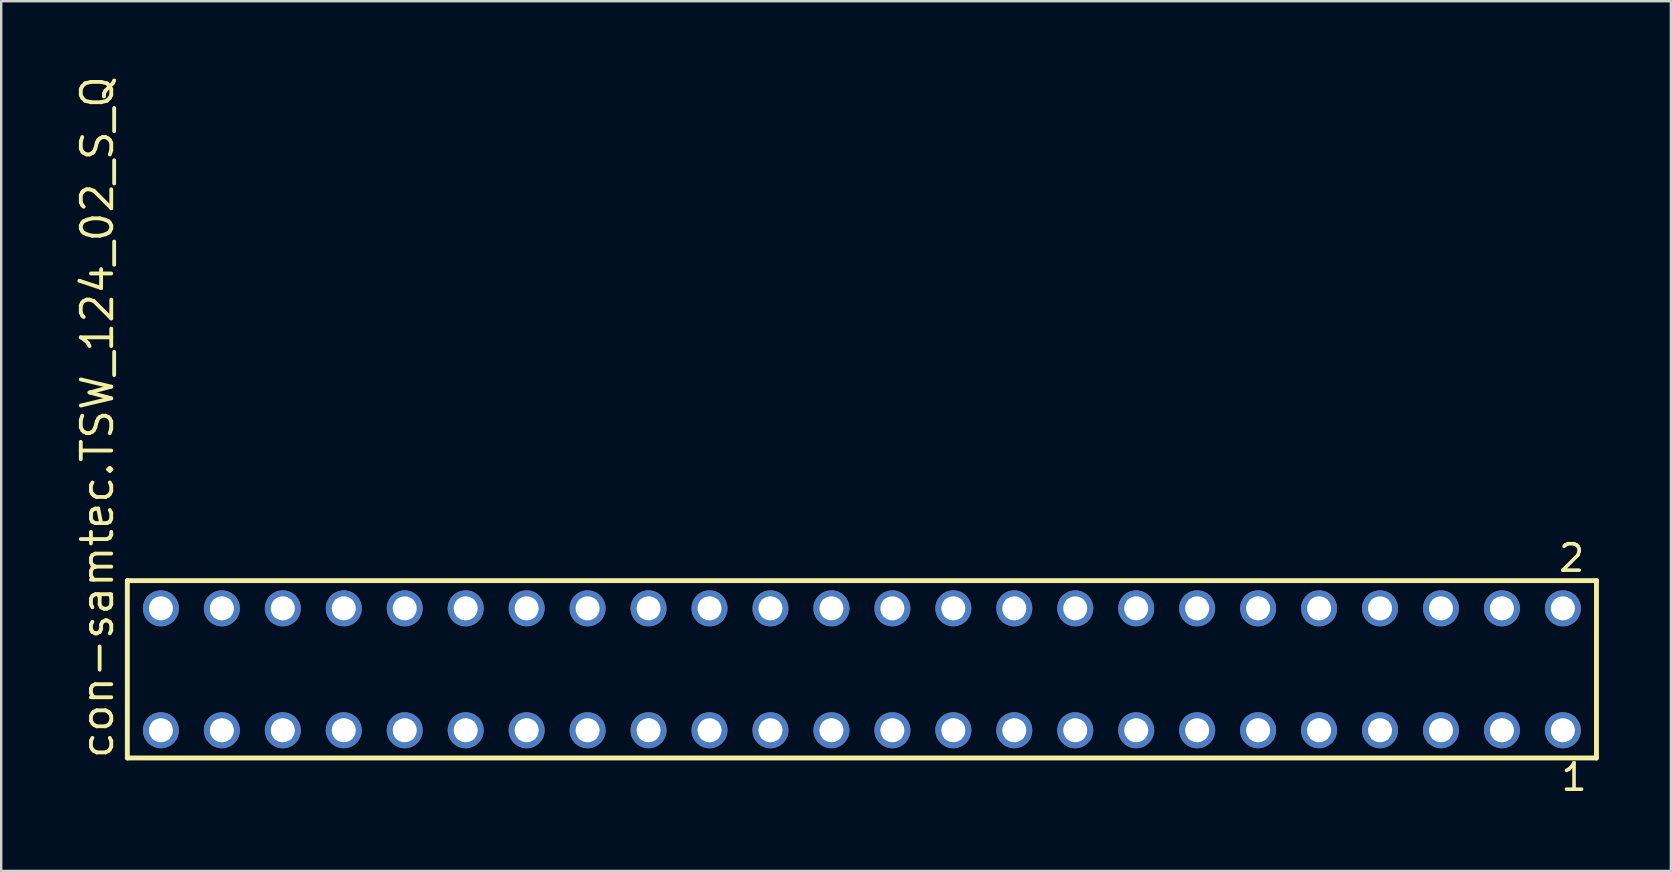
<source format=kicad_pcb>
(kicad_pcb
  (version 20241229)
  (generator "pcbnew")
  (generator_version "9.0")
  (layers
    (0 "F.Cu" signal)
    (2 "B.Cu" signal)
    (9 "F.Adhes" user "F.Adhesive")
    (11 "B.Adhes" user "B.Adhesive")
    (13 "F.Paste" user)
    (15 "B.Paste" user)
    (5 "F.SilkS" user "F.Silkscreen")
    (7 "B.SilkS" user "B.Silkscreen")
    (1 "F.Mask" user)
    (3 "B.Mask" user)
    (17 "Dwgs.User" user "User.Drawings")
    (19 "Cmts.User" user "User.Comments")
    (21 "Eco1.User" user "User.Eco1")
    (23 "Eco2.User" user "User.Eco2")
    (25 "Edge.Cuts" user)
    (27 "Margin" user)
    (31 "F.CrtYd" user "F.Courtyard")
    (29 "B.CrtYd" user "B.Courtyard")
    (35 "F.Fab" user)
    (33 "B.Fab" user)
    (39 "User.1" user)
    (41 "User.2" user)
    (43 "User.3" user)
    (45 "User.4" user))
  (footprint "con-samtec.TSW_124_02_S_Q"
    (layer "F.Cu")
    (at 32.865 24.84)
    (property "Reference" "con-samtec.TSW_124_02_S_Q" (at -31.115 3.81 90) (layer "F.SilkS") (effects (font (size 1.27 1.27) (thickness 0.16)) (justify left bottom)))
    (attr through_hole)
    (fp_line (start -30.609 -3.695) (end 30.609 -3.695) (stroke (width 0.203) (type default)) (layer "F.SilkS"))
    (fp_line (start -30.609 3.695) (end -30.609 -3.695) (stroke (width 0.203) (type default)) (layer "F.SilkS"))
    (fp_line (start 30.609 -3.695) (end 30.609 3.695) (stroke (width 0.203) (type default)) (layer "F.SilkS"))
    (fp_line (start 30.609 3.695) (end -30.609 3.695) (stroke (width 0.203) (type default)) (layer "F.SilkS"))
    (fp_rect (start -29.56 -2.19) (end -28.86 -2.89) (stroke (width 0.05) (type default)) (fill no) (layer "F.Fab"))
    (fp_rect (start -29.56 2.89) (end -28.86 2.19) (stroke (width 0.05) (type default)) (fill no) (layer "F.Fab"))
    (fp_rect (start -27.02 -2.19) (end -26.32 -2.89) (stroke (width 0.05) (type default)) (fill no) (layer "F.Fab"))
    (fp_rect (start -27.02 2.89) (end -26.32 2.19) (stroke (width 0.05) (type default)) (fill no) (layer "F.Fab"))
    (fp_rect (start -24.48 -2.19) (end -23.78 -2.89) (stroke (width 0.05) (type default)) (fill no) (layer "F.Fab"))
    (fp_rect (start -24.48 2.89) (end -23.78 2.19) (stroke (width 0.05) (type default)) (fill no) (layer "F.Fab"))
    (fp_rect (start -21.94 -2.19) (end -21.24 -2.89) (stroke (width 0.05) (type default)) (fill no) (layer "F.Fab"))
    (fp_rect (start -21.94 2.89) (end -21.24 2.19) (stroke (width 0.05) (type default)) (fill no) (layer "F.Fab"))
    (fp_rect (start -19.4 -2.19) (end -18.7 -2.89) (stroke (width 0.05) (type default)) (fill no) (layer "F.Fab"))
    (fp_rect (start -19.4 2.89) (end -18.7 2.19) (stroke (width 0.05) (type default)) (fill no) (layer "F.Fab"))
    (fp_rect (start -16.86 -2.19) (end -16.16 -2.89) (stroke (width 0.05) (type default)) (fill no) (layer "F.Fab"))
    (fp_rect (start -16.86 2.89) (end -16.16 2.19) (stroke (width 0.05) (type default)) (fill no) (layer "F.Fab"))
    (fp_rect (start -14.32 -2.19) (end -13.62 -2.89) (stroke (width 0.05) (type default)) (fill no) (layer "F.Fab"))
    (fp_rect (start -14.32 2.89) (end -13.62 2.19) (stroke (width 0.05) (type default)) (fill no) (layer "F.Fab"))
    (fp_rect (start -11.78 -2.19) (end -11.08 -2.89) (stroke (width 0.05) (type default)) (fill no) (layer "F.Fab"))
    (fp_rect (start -11.78 2.89) (end -11.08 2.19) (stroke (width 0.05) (type default)) (fill no) (layer "F.Fab"))
    (fp_rect (start -9.24 -2.19) (end -8.54 -2.89) (stroke (width 0.05) (type default)) (fill no) (layer "F.Fab"))
    (fp_rect (start -9.24 2.89) (end -8.54 2.19) (stroke (width 0.05) (type default)) (fill no) (layer "F.Fab"))
    (fp_rect (start -6.7 -2.19) (end -6 -2.89) (stroke (width 0.05) (type default)) (fill no) (layer "F.Fab"))
    (fp_rect (start -6.7 2.89) (end -6 2.19) (stroke (width 0.05) (type default)) (fill no) (layer "F.Fab"))
    (fp_rect (start -4.16 -2.19) (end -3.46 -2.89) (stroke (width 0.05) (type default)) (fill no) (layer "F.Fab"))
    (fp_rect (start -4.16 2.89) (end -3.46 2.19) (stroke (width 0.05) (type default)) (fill no) (layer "F.Fab"))
    (fp_rect (start -1.62 -2.19) (end -0.92 -2.89) (stroke (width 0.05) (type default)) (fill no) (layer "F.Fab"))
    (fp_rect (start -1.62 2.89) (end -0.92 2.19) (stroke (width 0.05) (type default)) (fill no) (layer "F.Fab"))
    (fp_rect (start 0.92 -2.19) (end 1.62 -2.89) (stroke (width 0.05) (type default)) (fill no) (layer "F.Fab"))
    (fp_rect (start 0.92 2.89) (end 1.62 2.19) (stroke (width 0.05) (type default)) (fill no) (layer "F.Fab"))
    (fp_rect (start 3.46 -2.19) (end 4.16 -2.89) (stroke (width 0.05) (type default)) (fill no) (layer "F.Fab"))
    (fp_rect (start 3.46 2.89) (end 4.16 2.19) (stroke (width 0.05) (type default)) (fill no) (layer "F.Fab"))
    (fp_rect (start 6 -2.19) (end 6.7 -2.89) (stroke (width 0.05) (type default)) (fill no) (layer "F.Fab"))
    (fp_rect (start 6 2.89) (end 6.7 2.19) (stroke (width 0.05) (type default)) (fill no) (layer "F.Fab"))
    (fp_rect (start 8.54 -2.19) (end 9.24 -2.89) (stroke (width 0.05) (type default)) (fill no) (layer "F.Fab"))
    (fp_rect (start 8.54 2.89) (end 9.24 2.19) (stroke (width 0.05) (type default)) (fill no) (layer "F.Fab"))
    (fp_rect (start 11.08 -2.19) (end 11.78 -2.89) (stroke (width 0.05) (type default)) (fill no) (layer "F.Fab"))
    (fp_rect (start 11.08 2.89) (end 11.78 2.19) (stroke (width 0.05) (type default)) (fill no) (layer "F.Fab"))
    (fp_rect (start 13.62 -2.19) (end 14.32 -2.89) (stroke (width 0.05) (type default)) (fill no) (layer "F.Fab"))
    (fp_rect (start 13.62 2.89) (end 14.32 2.19) (stroke (width 0.05) (type default)) (fill no) (layer "F.Fab"))
    (fp_rect (start 16.16 -2.19) (end 16.86 -2.89) (stroke (width 0.05) (type default)) (fill no) (layer "F.Fab"))
    (fp_rect (start 16.16 2.89) (end 16.86 2.19) (stroke (width 0.05) (type default)) (fill no) (layer "F.Fab"))
    (fp_rect (start 18.7 -2.19) (end 19.4 -2.89) (stroke (width 0.05) (type default)) (fill no) (layer "F.Fab"))
    (fp_rect (start 18.7 2.89) (end 19.4 2.19) (stroke (width 0.05) (type default)) (fill no) (layer "F.Fab"))
    (fp_rect (start 21.24 -2.19) (end 21.94 -2.89) (stroke (width 0.05) (type default)) (fill no) (layer "F.Fab"))
    (fp_rect (start 21.24 2.89) (end 21.94 2.19) (stroke (width 0.05) (type default)) (fill no) (layer "F.Fab"))
    (fp_rect (start 23.78 -2.19) (end 24.48 -2.89) (stroke (width 0.05) (type default)) (fill no) (layer "F.Fab"))
    (fp_rect (start 23.78 2.89) (end 24.48 2.19) (stroke (width 0.05) (type default)) (fill no) (layer "F.Fab"))
    (fp_rect (start 26.32 -2.19) (end 27.02 -2.89) (stroke (width 0.05) (type default)) (fill no) (layer "F.Fab"))
    (fp_rect (start 26.32 2.89) (end 27.02 2.19) (stroke (width 0.05) (type default)) (fill no) (layer "F.Fab"))
    (fp_rect (start 28.86 -2.19) (end 29.56 -2.89) (stroke (width 0.05) (type default)) (fill no) (layer "F.Fab"))
    (fp_rect (start 28.86 2.89) (end 29.56 2.19) (stroke (width 0.05) (type default)) (fill no) (layer "F.Fab"))
    (fp_text user "2" (at 28.952 -3.989 0) (layer "F.SilkS") (effects (font (size 1.1 1.1) (thickness 0.15)) (justify left bottom)))
    (fp_text user "1" (at 29.052 5.138 0) (layer "F.SilkS") (effects (font (size 1.1 1.1) (thickness 0.15)) (justify left bottom)))
    (pad "1" thru_hole circle (at 29.21 2.54 180) (size 1.5 1.5) (drill 1) (layers "*.Cu" "*.Mask"))
    (pad "2" thru_hole circle (at 29.21 -2.54 180) (size 1.5 1.5) (drill 1) (layers "*.Cu" "*.Mask"))
    (pad "3" thru_hole circle (at 26.67 2.54 180) (size 1.5 1.5) (drill 1) (layers "*.Cu" "*.Mask"))
    (pad "4" thru_hole circle (at 26.67 -2.54 180) (size 1.5 1.5) (drill 1) (layers "*.Cu" "*.Mask"))
    (pad "5" thru_hole circle (at 24.13 2.54 180) (size 1.5 1.5) (drill 1) (layers "*.Cu" "*.Mask"))
    (pad "6" thru_hole circle (at 24.13 -2.54 180) (size 1.5 1.5) (drill 1) (layers "*.Cu" "*.Mask"))
    (pad "7" thru_hole circle (at 21.59 2.54 180) (size 1.5 1.5) (drill 1) (layers "*.Cu" "*.Mask"))
    (pad "8" thru_hole circle (at 21.59 -2.54 180) (size 1.5 1.5) (drill 1) (layers "*.Cu" "*.Mask"))
    (pad "9" thru_hole circle (at 19.05 2.54 180) (size 1.5 1.5) (drill 1) (layers "*.Cu" "*.Mask"))
    (pad "10" thru_hole circle (at 19.05 -2.54 180) (size 1.5 1.5) (drill 1) (layers "*.Cu" "*.Mask"))
    (pad "11" thru_hole circle (at 16.51 2.54 180) (size 1.5 1.5) (drill 1) (layers "*.Cu" "*.Mask"))
    (pad "12" thru_hole circle (at 16.51 -2.54 180) (size 1.5 1.5) (drill 1) (layers "*.Cu" "*.Mask"))
    (pad "13" thru_hole circle (at 13.97 2.54 180) (size 1.5 1.5) (drill 1) (layers "*.Cu" "*.Mask"))
    (pad "14" thru_hole circle (at 13.97 -2.54 180) (size 1.5 1.5) (drill 1) (layers "*.Cu" "*.Mask"))
    (pad "15" thru_hole circle (at 11.43 2.54 180) (size 1.5 1.5) (drill 1) (layers "*.Cu" "*.Mask"))
    (pad "16" thru_hole circle (at 11.43 -2.54 180) (size 1.5 1.5) (drill 1) (layers "*.Cu" "*.Mask"))
    (pad "17" thru_hole circle (at 8.89 2.54 180) (size 1.5 1.5) (drill 1) (layers "*.Cu" "*.Mask"))
    (pad "18" thru_hole circle (at 8.89 -2.54 180) (size 1.5 1.5) (drill 1) (layers "*.Cu" "*.Mask"))
    (pad "19" thru_hole circle (at 6.35 2.54 180) (size 1.5 1.5) (drill 1) (layers "*.Cu" "*.Mask"))
    (pad "20" thru_hole circle (at 6.35 -2.54 180) (size 1.5 1.5) (drill 1) (layers "*.Cu" "*.Mask"))
    (pad "21" thru_hole circle (at 3.81 2.54 180) (size 1.5 1.5) (drill 1) (layers "*.Cu" "*.Mask"))
    (pad "22" thru_hole circle (at 3.81 -2.54 180) (size 1.5 1.5) (drill 1) (layers "*.Cu" "*.Mask"))
    (pad "23" thru_hole circle (at 1.27 2.54 180) (size 1.5 1.5) (drill 1) (layers "*.Cu" "*.Mask"))
    (pad "24" thru_hole circle (at 1.27 -2.54 180) (size 1.5 1.5) (drill 1) (layers "*.Cu" "*.Mask"))
    (pad "25" thru_hole circle (at -1.27 2.54 180) (size 1.5 1.5) (drill 1) (layers "*.Cu" "*.Mask"))
    (pad "26" thru_hole circle (at -1.27 -2.54 180) (size 1.5 1.5) (drill 1) (layers "*.Cu" "*.Mask"))
    (pad "27" thru_hole circle (at -3.81 2.54 180) (size 1.5 1.5) (drill 1) (layers "*.Cu" "*.Mask"))
    (pad "28" thru_hole circle (at -3.81 -2.54 180) (size 1.5 1.5) (drill 1) (layers "*.Cu" "*.Mask"))
    (pad "29" thru_hole circle (at -6.35 2.54 180) (size 1.5 1.5) (drill 1) (layers "*.Cu" "*.Mask"))
    (pad "30" thru_hole circle (at -6.35 -2.54 180) (size 1.5 1.5) (drill 1) (layers "*.Cu" "*.Mask"))
    (pad "31" thru_hole circle (at -8.89 2.54 180) (size 1.5 1.5) (drill 1) (layers "*.Cu" "*.Mask"))
    (pad "32" thru_hole circle (at -8.89 -2.54 180) (size 1.5 1.5) (drill 1) (layers "*.Cu" "*.Mask"))
    (pad "33" thru_hole circle (at -11.43 2.54 180) (size 1.5 1.5) (drill 1) (layers "*.Cu" "*.Mask"))
    (pad "34" thru_hole circle (at -11.43 -2.54 180) (size 1.5 1.5) (drill 1) (layers "*.Cu" "*.Mask"))
    (pad "35" thru_hole circle (at -13.97 2.54 180) (size 1.5 1.5) (drill 1) (layers "*.Cu" "*.Mask"))
    (pad "36" thru_hole circle (at -13.97 -2.54 180) (size 1.5 1.5) (drill 1) (layers "*.Cu" "*.Mask"))
    (pad "37" thru_hole circle (at -16.51 2.54 180) (size 1.5 1.5) (drill 1) (layers "*.Cu" "*.Mask"))
    (pad "38" thru_hole circle (at -16.51 -2.54 180) (size 1.5 1.5) (drill 1) (layers "*.Cu" "*.Mask"))
    (pad "39" thru_hole circle (at -19.05 2.54 180) (size 1.5 1.5) (drill 1) (layers "*.Cu" "*.Mask"))
    (pad "40" thru_hole circle (at -19.05 -2.54 180) (size 1.5 1.5) (drill 1) (layers "*.Cu" "*.Mask"))
    (pad "41" thru_hole circle (at -21.59 2.54 180) (size 1.5 1.5) (drill 1) (layers "*.Cu" "*.Mask"))
    (pad "42" thru_hole circle (at -21.59 -2.54 180) (size 1.5 1.5) (drill 1) (layers "*.Cu" "*.Mask"))
    (pad "43" thru_hole circle (at -24.13 2.54 180) (size 1.5 1.5) (drill 1) (layers "*.Cu" "*.Mask"))
    (pad "44" thru_hole circle (at -24.13 -2.54 180) (size 1.5 1.5) (drill 1) (layers "*.Cu" "*.Mask"))
    (pad "45" thru_hole circle (at -26.67 2.54 180) (size 1.5 1.5) (drill 1) (layers "*.Cu" "*.Mask"))
    (pad "46" thru_hole circle (at -26.67 -2.54 180) (size 1.5 1.5) (drill 1) (layers "*.Cu" "*.Mask"))
    (pad "47" thru_hole circle (at -29.21 2.54 180) (size 1.5 1.5) (drill 1) (layers "*.Cu" "*.Mask"))
    (pad "48" thru_hole circle (at -29.21 -2.54 180) (size 1.5 1.5) (drill 1) (layers "*.Cu" "*.Mask")))
  (gr_rect
    (start -3 -3)
    (end 66.576 33.241)
    (stroke (width 0.1) (type default))
    (fill no)
    (layer "Edge.Cuts")))
</source>
